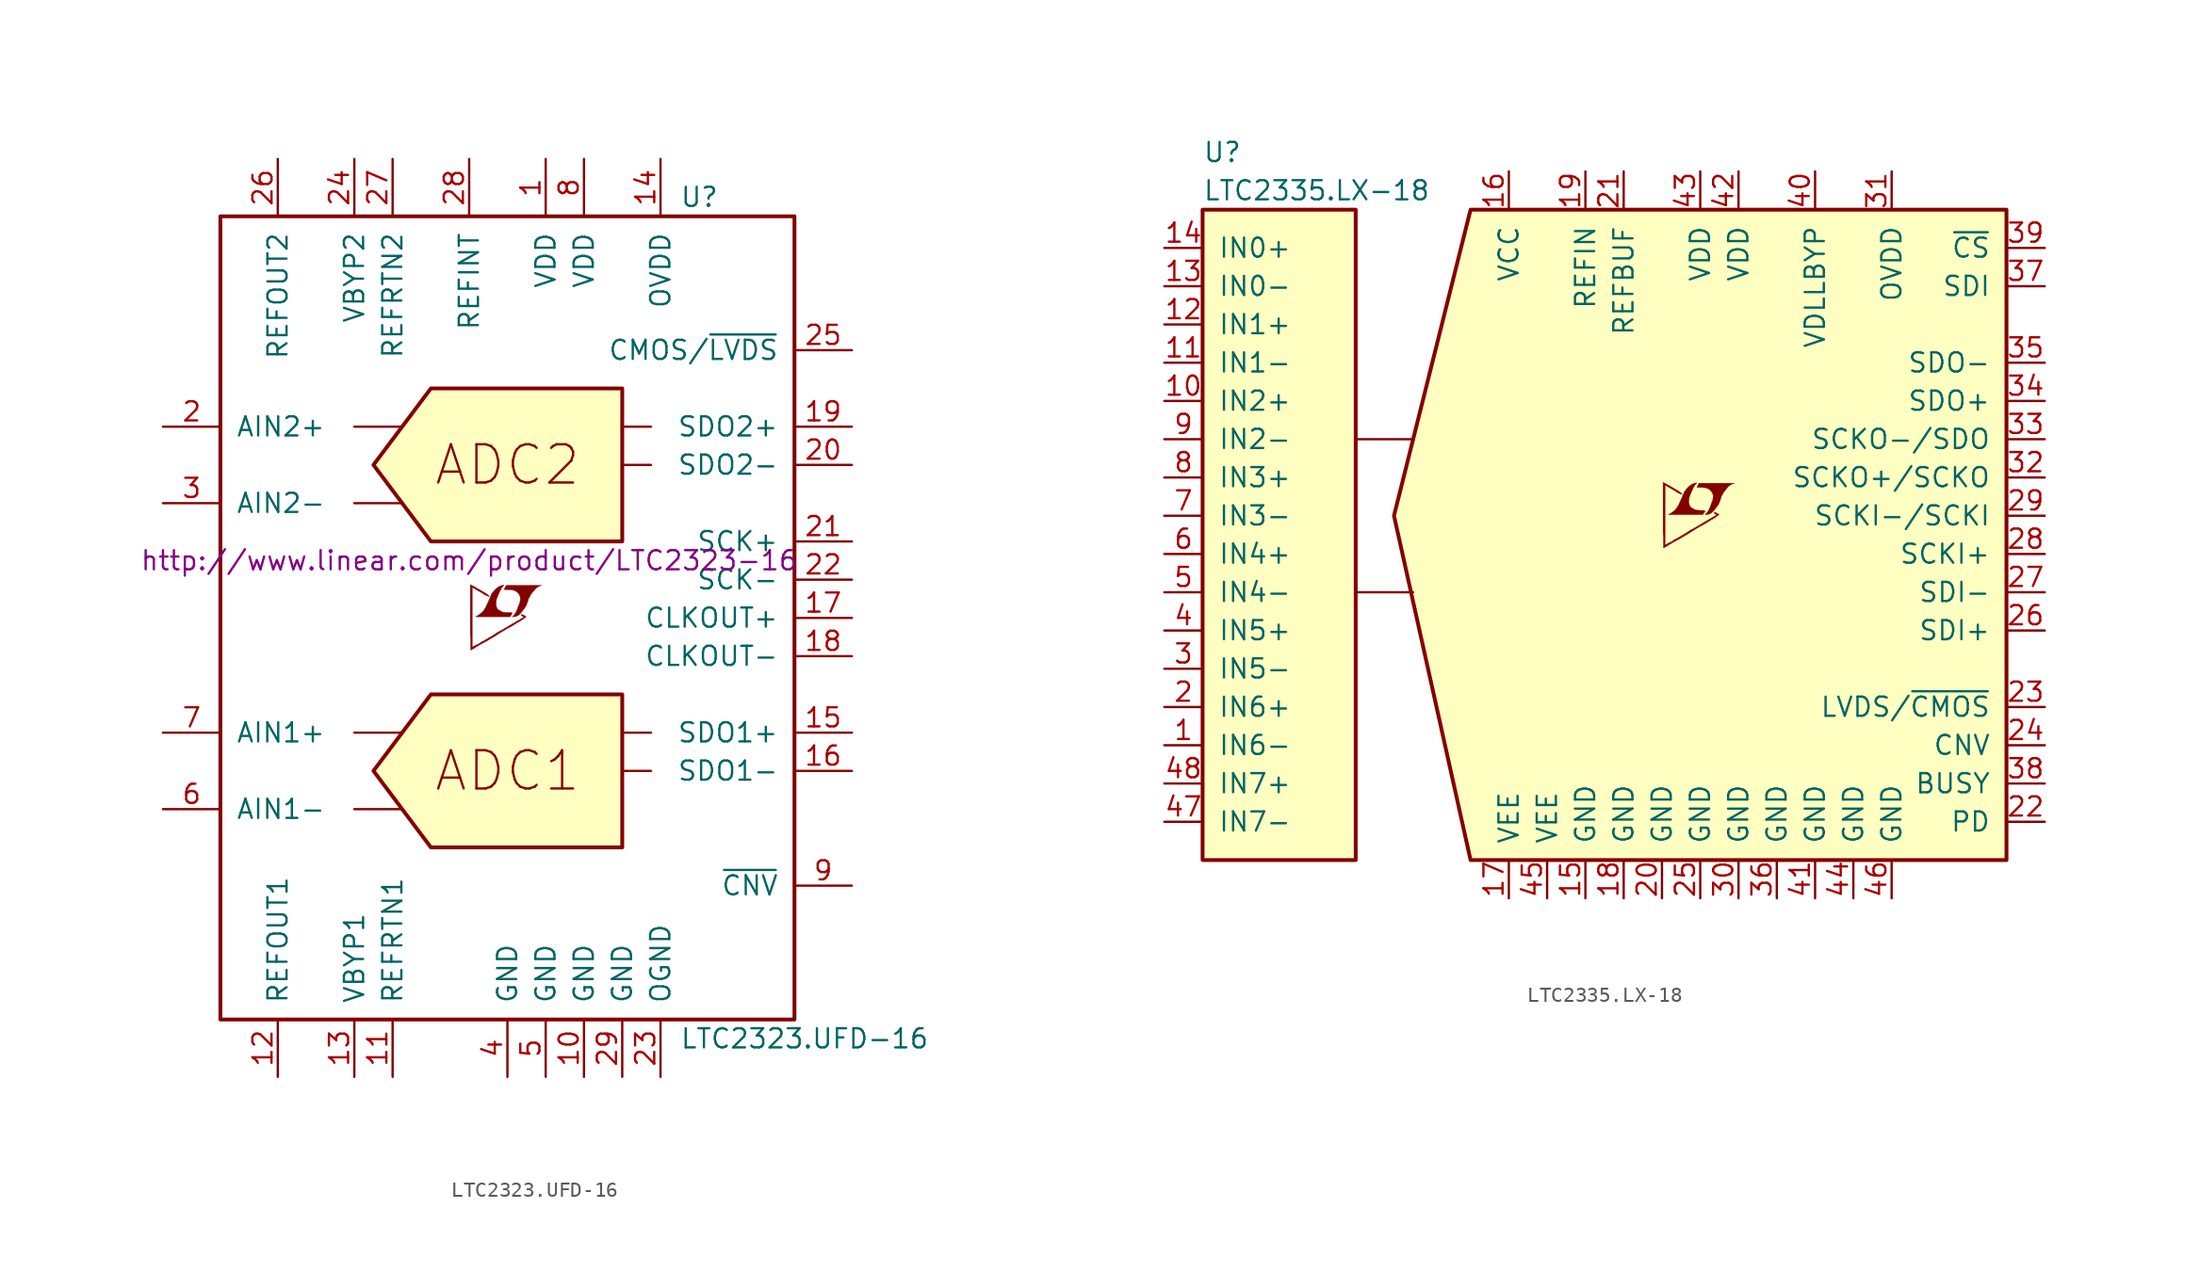
<source format=kicad_sym>
(kicad_symbol_lib
  (version 20201005)
  (generator kicad_symbol_editor)
  (symbol "LTC2323.UFD-16"
    (pin_names
      (offset 1.016))
    (property "Reference" "U"
      (at 11.43 27.94 0)
      (effects (font (size 1.27 1.27)) (justify left)))
    (property "Value" "LTC2323.UFD-16"
      (at 11.43 -27.94 0)
      (effects (font (size 1.27 1.27)) (justify left)))
    (property "Datasheet" "http://www.linear.com/product/LTC2323-16"
      (at -2.54 3.81 0)
      (effects (font (size 1.27 1.27))))
    (symbol "LTC2323.UFD-16_0_0"
      (text "ADC1" (at 0 -10.16 0) (effects (font (size 2.54 2.54))))
      (text "ADC2" (at 0 10.16 0) (effects (font (size 2.54 2.54))))
      (polyline (pts (xy -10.16 7.62) (xy -6.985 7.62)) (stroke (width 0)) (fill (type none)))
      (polyline (pts (xy -6.985 12.7) (xy -10.16 12.7)) (stroke (width 0)) (fill (type none)))
      (polyline (pts (xy 7.62 5.08) (xy 7.62 15.24) (xy -5.08 15.24) (xy -8.89 10.16) (xy -5.08 5.08) (xy 7.62 5.08)) (stroke (width 0.254)) (fill (type background)))
      (polyline (pts (xy 0.584 0.102) (xy 0.762 0.203) (xy 0.914 0.356) (xy 1.219 0.762) (xy 1.321 1.016) (xy 1.397 1.27) (xy 1.549 1.549) (xy 1.727 1.778) (xy 1.905 1.981) (xy 2.108 2.108) (xy 2.261 2.159) (xy -0.076 2.159) (xy -0.152 2.032) (xy -0.152 2.007) (xy -0.203 1.93) (xy -0.229 1.905) (xy -0.178 1.88) (xy 0.102 1.88) (xy 0.356 1.854) (xy 0.559 1.778) (xy 0.711 1.651) (xy 0.813 1.499) (xy 0.864 1.321) (xy 0.838 1.092) (xy 0.838 1.067) (xy 0.61 0.457) (xy 0.508 0.279) (xy 0.406 0.152) (xy 0.33 0.076) (xy 0.432 0.076) (xy 0.584 0.102)) (stroke (width 0.025)) (fill (type outline)))
      (polyline (pts (xy 0.229 0.178) (xy 0.254 0.203) (xy 0.305 0.279) (xy 0.305 0.33) (xy 0.254 0.356) (xy -0.051 0.356) (xy -0.305 0.381) (xy -0.508 0.483) (xy -0.66 0.584) (xy -0.737 0.762) (xy -0.762 0.94) (xy -0.737 1.168) (xy -0.737 1.194) (xy -0.686 1.346) (xy -0.533 1.702) (xy -0.381 2.007) (xy -0.305 2.083) (xy -0.229 2.184) (xy -0.356 2.159) (xy -0.508 2.108) (xy -0.711 1.981) (xy -0.889 1.803) (xy -1.041 1.6) (xy -1.168 1.321) (xy -1.168 1.295) (xy -1.321 0.965) (xy -1.448 0.686) (xy -1.6 0.457) (xy -1.753 0.305) (xy -1.93 0.178) (xy -2.108 0.076) (xy 0.178 0.076) (xy 0.229 0.178)) (stroke (width 0.025)) (fill (type outline)))
      (polyline (pts (xy -2.362 -2.108) (xy -2.286 -2.057) (xy -2.159 -1.981) (xy -2.083 -1.93) (xy -1.829 -1.778) (xy -1.27 -1.473) (xy -0.762 -1.168) (xy -0.533 -1.016) (xy -0.356 -0.914) (xy -0.203 -0.813) (xy -0.102 -0.762) (xy -0.025 -0.711) (xy 0.127 -0.635) (xy 0.305 -0.533) (xy 0.711 -0.279) (xy 0.889 -0.178) (xy 1.041 -0.076) (xy 1.143 0) (xy 1.219 0.051) (xy 1.245 0.076) (xy 1.092 0.178) (xy 0.94 0.229) (xy 0.914 0.203) (xy 0.914 0.178) (xy 0.991 0.127) (xy 1.092 0.051) (xy 0.178 -0.483) (xy -0.025 -0.61) (xy -0.33 -0.787) (xy -0.66 -0.965) (xy -0.965 -1.168) (xy -1.27 -1.346) (xy -1.524 -1.499) (xy -1.727 -1.6) (xy -1.905 -1.727) (xy -2.083 -1.803) (xy -2.21 -1.88) (xy -2.311 -1.93) (xy -2.337 -1.956) (xy -2.337 2.032) (xy -1.803 1.727) (xy -1.676 1.651) (xy -1.524 1.549) (xy -1.372 1.473) (xy -1.295 1.448) (xy -1.245 1.422) (xy -1.219 1.422) (xy -1.219 1.473) (xy -1.295 1.524) (xy -1.422 1.626) (xy -1.6 1.727) (xy -1.727 1.803) (xy -2.083 2.007) (xy -2.21 2.083) (xy -2.464 2.21) (xy -2.464 -1.067) (xy -2.438 -1.372) (xy -2.438 -2.134) (xy -2.413 -2.134) (xy -2.362 -2.108)) (stroke (width 0.025)) (fill (type outline))))
    (symbol "LTC2323.UFD-16_0_1"
      (rectangle (start -19.05 -26.67) (end 19.05 26.67) (stroke (width 0.254)) (fill (type none)))
      (polyline (pts (xy -6.985 -12.7) (xy -10.16 -12.7)) (stroke (width 0)) (fill (type none)))
      (polyline (pts (xy -6.985 -7.62) (xy -10.16 -7.62)) (stroke (width 0)) (fill (type none)))
      (polyline (pts (xy 7.62 -10.16) (xy 9.525 -10.16)) (stroke (width 0)) (fill (type none)))
      (polyline (pts (xy 7.62 10.16) (xy 9.525 10.16)) (stroke (width 0)) (fill (type none)))
      (polyline (pts (xy 9.525 -7.62) (xy 7.62 -7.62)) (stroke (width 0)) (fill (type none)))
      (polyline (pts (xy 9.525 12.7) (xy 7.62 12.7)) (stroke (width 0)) (fill (type none)))
      (polyline (pts (xy 7.62 -5.08) (xy -5.08 -5.08) (xy -8.89 -10.16) (xy -5.08 -15.24) (xy 7.62 -15.24) (xy 7.62 -5.08)) (stroke (width 0.254)) (fill (type background))))
    (symbol "LTC2323.UFD-16_1_1"
      (pin power_in line (at 2.54 30.48 270) (length 3.81) (name "VDD" (effects (font (size 1.27 1.27)))) (number "1" (effects (font (size 1.27 1.27)))))
      (pin power_in line (at 5.08 -30.48 90) (length 3.81) (name "GND" (effects (font (size 1.27 1.27)))) (number "10" (effects (font (size 1.27 1.27)))))
      (pin passive line (at -7.62 -30.48 90) (length 3.81) (name "REFRTN1" (effects (font (size 1.27 1.27)))) (number "11" (effects (font (size 1.27 1.27)))))
      (pin passive line (at -15.24 -30.48 90) (length 3.81) (name "REFOUT1" (effects (font (size 1.27 1.27)))) (number "12" (effects (font (size 1.27 1.27)))))
      (pin passive line (at -10.16 -30.48 90) (length 3.81) (name "VBYP1" (effects (font (size 1.27 1.27)))) (number "13" (effects (font (size 1.27 1.27)))))
      (pin power_in line (at 10.16 30.48 270) (length 3.81) (name "OVDD" (effects (font (size 1.27 1.27)))) (number "14" (effects (font (size 1.27 1.27)))))
      (pin output line (at 22.86 -7.62 180) (length 3.81) (name "SDO1+" (effects (font (size 1.27 1.27)))) (number "15" (effects (font (size 1.27 1.27)))))
      (pin output line (at 22.86 -10.16 180) (length 3.81) (name "SDO1-" (effects (font (size 1.27 1.27)))) (number "16" (effects (font (size 1.27 1.27)))))
      (pin output line (at 22.86 0 180) (length 3.81) (name "CLKOUT+" (effects (font (size 1.27 1.27)))) (number "17" (effects (font (size 1.27 1.27)))))
      (pin output line (at 22.86 -2.54 180) (length 3.81) (name "CLKOUT-" (effects (font (size 1.27 1.27)))) (number "18" (effects (font (size 1.27 1.27)))))
      (pin output line (at 22.86 12.7 180) (length 3.81) (name "SDO2+" (effects (font (size 1.27 1.27)))) (number "19" (effects (font (size 1.27 1.27)))))
      (pin input line (at -22.86 12.7 0) (length 3.81) (name "AIN2+" (effects (font (size 1.27 1.27)))) (number "2" (effects (font (size 1.27 1.27)))))
      (pin output line (at 22.86 10.16 180) (length 3.81) (name "SDO2-" (effects (font (size 1.27 1.27)))) (number "20" (effects (font (size 1.27 1.27)))))
      (pin input line (at 22.86 5.08 180) (length 3.81) (name "SCK+" (effects (font (size 1.27 1.27)))) (number "21" (effects (font (size 1.27 1.27)))))
      (pin input line (at 22.86 2.54 180) (length 3.81) (name "SCK-" (effects (font (size 1.27 1.27)))) (number "22" (effects (font (size 1.27 1.27)))))
      (pin passive line (at 10.16 -30.48 90) (length 3.81) (name "OGND" (effects (font (size 1.27 1.27)))) (number "23" (effects (font (size 1.27 1.27)))))
      (pin passive line (at -10.16 30.48 270) (length 3.81) (name "VBYP2" (effects (font (size 1.27 1.27)))) (number "24" (effects (font (size 1.27 1.27)))))
      (pin input line (at 22.86 17.78 180) (length 3.81) (name "CMOS/~LVDS~" (effects (font (size 1.27 1.27)))) (number "25" (effects (font (size 1.27 1.27)))))
      (pin passive line (at -15.24 30.48 270) (length 3.81) (name "REFOUT2" (effects (font (size 1.27 1.27)))) (number "26" (effects (font (size 1.27 1.27)))))
      (pin passive line (at -7.62 30.48 270) (length 3.81) (name "REFRTN2" (effects (font (size 1.27 1.27)))) (number "27" (effects (font (size 1.27 1.27)))))
      (pin passive line (at -2.54 30.48 270) (length 3.81) (name "REFINT" (effects (font (size 1.27 1.27)))) (number "28" (effects (font (size 1.27 1.27)))))
      (pin power_in line (at 7.62 -30.48 90) (length 3.81) (name "GND" (effects (font (size 1.27 1.27)))) (number "29" (effects (font (size 1.27 1.27)))))
      (pin input line (at -22.86 7.62 0) (length 3.81) (name "AIN2-" (effects (font (size 1.27 1.27)))) (number "3" (effects (font (size 1.27 1.27)))))
      (pin power_in line (at 0 -30.48 90) (length 3.81) (name "GND" (effects (font (size 1.27 1.27)))) (number "4" (effects (font (size 1.27 1.27)))))
      (pin power_in line (at 2.54 -30.48 90) (length 3.81) (name "GND" (effects (font (size 1.27 1.27)))) (number "5" (effects (font (size 1.27 1.27)))))
      (pin input line (at -22.86 -12.7 0) (length 3.81) (name "AIN1-" (effects (font (size 1.27 1.27)))) (number "6" (effects (font (size 1.27 1.27)))))
      (pin input line (at -22.86 -7.62 0) (length 3.81) (name "AIN1+" (effects (font (size 1.27 1.27)))) (number "7" (effects (font (size 1.27 1.27)))))
      (pin power_in line (at 5.08 30.48 270) (length 3.81) (name "VDD" (effects (font (size 1.27 1.27)))) (number "8" (effects (font (size 1.27 1.27)))))
      (pin input line (at 22.86 -17.78 180) (length 3.81) (name "~CNV~" (effects (font (size 1.27 1.27)))) (number "9" (effects (font (size 1.27 1.27)))))))
  (symbol "LTC2335.LX-18"
    (pin_names
      (offset 1.016))
    (property "Reference" "U"
      (at -27.94 24.13 0)
      (effects (font (size 1.27 1.27)) (justify left)))
    (property "Value" "LTC2335.LX-18"
      (at -27.94 21.59 0)
      (effects (font (size 1.27 1.27)) (justify left)))
    (symbol "LTC2335.LX-18_0_0"
      (polyline (pts (xy 5.664 0.102) (xy 5.842 0.203) (xy 5.994 0.356) (xy 6.299 0.762) (xy 6.401 1.016) (xy 6.477 1.27) (xy 6.629 1.549) (xy 6.807 1.778) (xy 6.985 1.981) (xy 7.188 2.108) (xy 7.341 2.159) (xy 5.004 2.159) (xy 4.928 2.032) (xy 4.928 2.007) (xy 4.877 1.93) (xy 4.851 1.905) (xy 4.902 1.88) (xy 5.182 1.88) (xy 5.436 1.854) (xy 5.639 1.778) (xy 5.791 1.651) (xy 5.893 1.499) (xy 5.944 1.321) (xy 5.918 1.092) (xy 5.918 1.067) (xy 5.69 0.457) (xy 5.588 0.279) (xy 5.486 0.152) (xy 5.41 0.076) (xy 5.512 0.076) (xy 5.664 0.102)) (stroke (width 0.025)) (fill (type outline)))
      (polyline (pts (xy 5.309 0.178) (xy 5.334 0.203) (xy 5.385 0.279) (xy 5.385 0.33) (xy 5.334 0.356) (xy 5.029 0.356) (xy 4.775 0.381) (xy 4.572 0.483) (xy 4.42 0.584) (xy 4.343 0.762) (xy 4.318 0.94) (xy 4.343 1.168) (xy 4.343 1.194) (xy 4.394 1.346) (xy 4.547 1.702) (xy 4.699 2.007) (xy 4.775 2.083) (xy 4.851 2.184) (xy 4.724 2.159) (xy 4.572 2.108) (xy 4.369 1.981) (xy 4.191 1.803) (xy 4.039 1.6) (xy 3.912 1.321) (xy 3.912 1.295) (xy 3.759 0.965) (xy 3.632 0.686) (xy 3.48 0.457) (xy 3.327 0.305) (xy 3.15 0.178) (xy 2.972 0.076) (xy 5.258 0.076) (xy 5.309 0.178)) (stroke (width 0.025)) (fill (type outline)))
      (polyline (pts (xy 2.718 -2.108) (xy 2.794 -2.057) (xy 2.921 -1.981) (xy 2.997 -1.93) (xy 3.251 -1.778) (xy 3.81 -1.473) (xy 4.318 -1.168) (xy 4.547 -1.016) (xy 4.724 -0.914) (xy 4.877 -0.813) (xy 4.978 -0.762) (xy 5.055 -0.711) (xy 5.207 -0.635) (xy 5.385 -0.533) (xy 5.791 -0.279) (xy 5.969 -0.178) (xy 6.121 -0.076) (xy 6.223 0) (xy 6.299 0.051) (xy 6.325 0.076) (xy 6.172 0.178) (xy 6.02 0.229) (xy 5.994 0.203) (xy 5.994 0.178) (xy 6.071 0.127) (xy 6.172 0.051) (xy 5.258 -0.483) (xy 5.055 -0.61) (xy 4.75 -0.787) (xy 4.42 -0.965) (xy 4.115 -1.168) (xy 3.81 -1.346) (xy 3.556 -1.499) (xy 3.353 -1.6) (xy 3.175 -1.727) (xy 2.997 -1.803) (xy 2.87 -1.88) (xy 2.769 -1.93) (xy 2.743 -1.956) (xy 2.743 2.032) (xy 3.277 1.727) (xy 3.404 1.651) (xy 3.556 1.549) (xy 3.708 1.473) (xy 3.785 1.448) (xy 3.835 1.422) (xy 3.861 1.422) (xy 3.861 1.473) (xy 3.785 1.524) (xy 3.658 1.626) (xy 3.48 1.727) (xy 3.353 1.803) (xy 2.997 2.007) (xy 2.87 2.083) (xy 2.616 2.21) (xy 2.616 -1.067) (xy 2.642 -1.372) (xy 2.642 -2.134) (xy 2.667 -2.134) (xy 2.718 -2.108)) (stroke (width 0.025)) (fill (type outline))))
    (symbol "LTC2335.LX-18_0_1"
      (polyline (pts (xy -17.78 -5.08) (xy -13.97 -5.08)) (stroke (width 0)) (fill (type none)))
      (polyline (pts (xy -17.78 5.08) (xy -13.97 5.08)) (stroke (width 0)) (fill (type none)))
      (polyline (pts (xy 25.4 20.32) (xy 25.4 -22.86) (xy -10.16 -22.86) (xy -15.24 0) (xy -10.16 20.32) (xy 25.4 20.32)) (stroke (width 0.254)) (fill (type background))))
    (symbol "LTC2335.LX-18_1_1"
      (rectangle (start -27.94 20.32) (end -17.78 -22.86) (stroke (width 0.254)) (fill (type background)))
      (pin input line (at -30.48 -15.24 0) (length 2.54) (name "IN6-" (effects (font (size 1.27 1.27)))) (number "1" (effects (font (size 1.27 1.27)))))
      (pin input line (at -30.48 7.62 0) (length 2.54) (name "IN2+" (effects (font (size 1.27 1.27)))) (number "10" (effects (font (size 1.27 1.27)))))
      (pin input line (at -30.48 10.16 0) (length 2.54) (name "IN1-" (effects (font (size 1.27 1.27)))) (number "11" (effects (font (size 1.27 1.27)))))
      (pin input line (at -30.48 12.7 0) (length 2.54) (name "IN1+" (effects (font (size 1.27 1.27)))) (number "12" (effects (font (size 1.27 1.27)))))
      (pin input line (at -30.48 15.24 0) (length 2.54) (name "IN0-" (effects (font (size 1.27 1.27)))) (number "13" (effects (font (size 1.27 1.27)))))
      (pin input line (at -30.48 17.78 0) (length 2.54) (name "IN0+" (effects (font (size 1.27 1.27)))) (number "14" (effects (font (size 1.27 1.27)))))
      (pin power_in line (at -2.54 -25.4 90) (length 2.54) (name "GND" (effects (font (size 1.27 1.27)))) (number "15" (effects (font (size 1.27 1.27)))))
      (pin power_in line (at -7.62 22.86 270) (length 2.54) (name "VCC" (effects (font (size 1.27 1.27)))) (number "16" (effects (font (size 1.27 1.27)))))
      (pin power_in line (at -7.62 -25.4 90) (length 2.54) (name "VEE" (effects (font (size 1.27 1.27)))) (number "17" (effects (font (size 1.27 1.27)))))
      (pin power_in line (at 0 -25.4 90) (length 2.54) (name "GND" (effects (font (size 1.27 1.27)))) (number "18" (effects (font (size 1.27 1.27)))))
      (pin passive line (at -2.54 22.86 270) (length 2.54) (name "REFIN" (effects (font (size 1.27 1.27)))) (number "19" (effects (font (size 1.27 1.27)))))
      (pin input line (at -30.48 -12.7 0) (length 2.54) (name "IN6+" (effects (font (size 1.27 1.27)))) (number "2" (effects (font (size 1.27 1.27)))))
      (pin power_in line (at 2.54 -25.4 90) (length 2.54) (name "GND" (effects (font (size 1.27 1.27)))) (number "20" (effects (font (size 1.27 1.27)))))
      (pin passive line (at 0 22.86 270) (length 2.54) (name "REFBUF" (effects (font (size 1.27 1.27)))) (number "21" (effects (font (size 1.27 1.27)))))
      (pin input line (at 27.94 -20.32 180) (length 2.54) (name "PD" (effects (font (size 1.27 1.27)))) (number "22" (effects (font (size 1.27 1.27)))))
      (pin input line (at 27.94 -12.7 180) (length 2.54) (name "LVDS/~CMOS~" (effects (font (size 1.27 1.27)))) (number "23" (effects (font (size 1.27 1.27)))))
      (pin input line (at 27.94 -15.24 180) (length 2.54) (name "CNV" (effects (font (size 1.27 1.27)))) (number "24" (effects (font (size 1.27 1.27)))))
      (pin power_in line (at 5.08 -25.4 90) (length 2.54) (name "GND" (effects (font (size 1.27 1.27)))) (number "25" (effects (font (size 1.27 1.27)))))
      (pin bidirectional line (at 27.94 -7.62 180) (length 2.54) (name "SDI+" (effects (font (size 1.27 1.27)))) (number "26" (effects (font (size 1.27 1.27)))))
      (pin bidirectional line (at 27.94 -5.08 180) (length 2.54) (name "SDI-" (effects (font (size 1.27 1.27)))) (number "27" (effects (font (size 1.27 1.27)))))
      (pin bidirectional line (at 27.94 -2.54 180) (length 2.54) (name "SCKI+" (effects (font (size 1.27 1.27)))) (number "28" (effects (font (size 1.27 1.27)))))
      (pin input line (at 27.94 0 180) (length 2.54) (name "SCKI-/SCKI" (effects (font (size 1.27 1.27)))) (number "29" (effects (font (size 1.27 1.27)))))
      (pin input line (at -30.48 -10.16 0) (length 2.54) (name "IN5-" (effects (font (size 1.27 1.27)))) (number "3" (effects (font (size 1.27 1.27)))))
      (pin power_in line (at 7.62 -25.4 90) (length 2.54) (name "GND" (effects (font (size 1.27 1.27)))) (number "30" (effects (font (size 1.27 1.27)))))
      (pin power_in line (at 17.78 22.86 270) (length 2.54) (name "OVDD" (effects (font (size 1.27 1.27)))) (number "31" (effects (font (size 1.27 1.27)))))
      (pin output line (at 27.94 2.54 180) (length 2.54) (name "SCKO+/SCKO" (effects (font (size 1.27 1.27)))) (number "32" (effects (font (size 1.27 1.27)))))
      (pin output line (at 27.94 5.08 180) (length 2.54) (name "SCKO-/SDO" (effects (font (size 1.27 1.27)))) (number "33" (effects (font (size 1.27 1.27)))))
      (pin output line (at 27.94 7.62 180) (length 2.54) (name "SDO+" (effects (font (size 1.27 1.27)))) (number "34" (effects (font (size 1.27 1.27)))))
      (pin output line (at 27.94 10.16 180) (length 2.54) (name "SDO-" (effects (font (size 1.27 1.27)))) (number "35" (effects (font (size 1.27 1.27)))))
      (pin power_in line (at 10.16 -25.4 90) (length 2.54) (name "GND" (effects (font (size 1.27 1.27)))) (number "36" (effects (font (size 1.27 1.27)))))
      (pin input line (at 27.94 15.24 180) (length 2.54) (name "SDI" (effects (font (size 1.27 1.27)))) (number "37" (effects (font (size 1.27 1.27)))))
      (pin output line (at 27.94 -17.78 180) (length 2.54) (name "BUSY" (effects (font (size 1.27 1.27)))) (number "38" (effects (font (size 1.27 1.27)))))
      (pin input line (at 27.94 17.78 180) (length 2.54) (name "~CS~" (effects (font (size 1.27 1.27)))) (number "39" (effects (font (size 1.27 1.27)))))
      (pin input line (at -30.48 -7.62 0) (length 2.54) (name "IN5+" (effects (font (size 1.27 1.27)))) (number "4" (effects (font (size 1.27 1.27)))))
      (pin passive line (at 12.7 22.86 270) (length 2.54) (name "VDLLBYP" (effects (font (size 1.27 1.27)))) (number "40" (effects (font (size 1.27 1.27)))))
      (pin power_in line (at 12.7 -25.4 90) (length 2.54) (name "GND" (effects (font (size 1.27 1.27)))) (number "41" (effects (font (size 1.27 1.27)))))
      (pin power_in line (at 7.62 22.86 270) (length 2.54) (name "VDD" (effects (font (size 1.27 1.27)))) (number "42" (effects (font (size 1.27 1.27)))))
      (pin power_in line (at 5.08 22.86 270) (length 2.54) (name "VDD" (effects (font (size 1.27 1.27)))) (number "43" (effects (font (size 1.27 1.27)))))
      (pin power_in line (at 15.24 -25.4 90) (length 2.54) (name "GND" (effects (font (size 1.27 1.27)))) (number "44" (effects (font (size 1.27 1.27)))))
      (pin power_in line (at -5.08 -25.4 90) (length 2.54) (name "VEE" (effects (font (size 1.27 1.27)))) (number "45" (effects (font (size 1.27 1.27)))))
      (pin power_in line (at 17.78 -25.4 90) (length 2.54) (name "GND" (effects (font (size 1.27 1.27)))) (number "46" (effects (font (size 1.27 1.27)))))
      (pin input line (at -30.48 -20.32 0) (length 2.54) (name "IN7-" (effects (font (size 1.27 1.27)))) (number "47" (effects (font (size 1.27 1.27)))))
      (pin input line (at -30.48 -17.78 0) (length 2.54) (name "IN7+" (effects (font (size 1.27 1.27)))) (number "48" (effects (font (size 1.27 1.27)))))
      (pin input line (at -30.48 -5.08 0) (length 2.54) (name "IN4-" (effects (font (size 1.27 1.27)))) (number "5" (effects (font (size 1.27 1.27)))))
      (pin input line (at -30.48 -2.54 0) (length 2.54) (name "IN4+" (effects (font (size 1.27 1.27)))) (number "6" (effects (font (size 1.27 1.27)))))
      (pin input line (at -30.48 0 0) (length 2.54) (name "IN3-" (effects (font (size 1.27 1.27)))) (number "7" (effects (font (size 1.27 1.27)))))
      (pin input line (at -30.48 2.54 0) (length 2.54) (name "IN3+" (effects (font (size 1.27 1.27)))) (number "8" (effects (font (size 1.27 1.27)))))
      (pin input line (at -30.48 5.08 0) (length 2.54) (name "IN2-" (effects (font (size 1.27 1.27)))) (number "9" (effects (font (size 1.27 1.27))))))))
</source>
